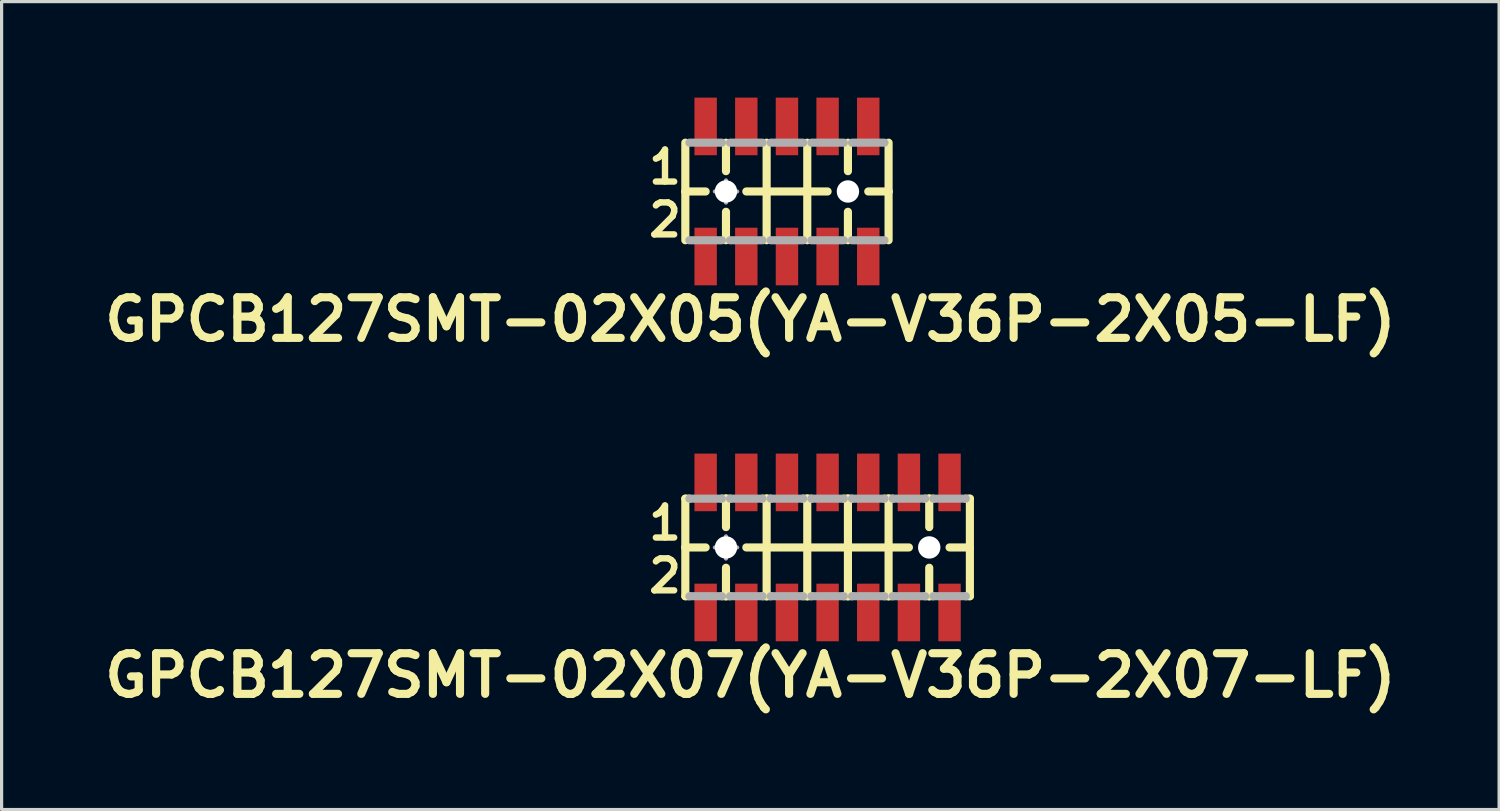
<source format=kicad_pcb>
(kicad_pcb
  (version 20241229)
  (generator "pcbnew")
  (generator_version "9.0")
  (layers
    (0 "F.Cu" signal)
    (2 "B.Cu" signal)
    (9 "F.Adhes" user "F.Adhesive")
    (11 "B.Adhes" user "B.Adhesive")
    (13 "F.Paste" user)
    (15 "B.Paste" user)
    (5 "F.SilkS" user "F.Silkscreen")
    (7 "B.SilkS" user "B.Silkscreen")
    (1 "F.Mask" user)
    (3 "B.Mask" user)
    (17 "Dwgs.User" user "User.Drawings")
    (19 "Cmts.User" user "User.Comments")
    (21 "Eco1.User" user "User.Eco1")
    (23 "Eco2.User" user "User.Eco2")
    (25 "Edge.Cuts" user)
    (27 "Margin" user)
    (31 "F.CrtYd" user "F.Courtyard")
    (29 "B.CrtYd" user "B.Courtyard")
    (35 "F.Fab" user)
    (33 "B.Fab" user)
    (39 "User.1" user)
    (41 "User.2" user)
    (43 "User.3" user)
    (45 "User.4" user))
  (footprint "GPCB127SMT-02X07(YA-V36P-2X07-LF)"
    (layer "F.Cu")
    (at 22.806 14.053)
    (property "Reference" "GPCB127SMT-02X07(YA-V36P-2X07-LF)" (at -2.413 4 0) (layer "F.SilkS") (effects (font (size 1.27 1.27) (thickness 0.254))))
    (attr smd)
    (fp_line (start -4.445 -1.524) (end -4.445 0) (stroke (width 0.254) (type solid)) (layer "F.SilkS"))
    (fp_line (start -4.445 0) (end -4.445 1.524) (stroke (width 0.254) (type solid)) (layer "F.SilkS"))
    (fp_line (start -4.445 0) (end -3.81 0) (stroke (width 0.254) (type solid)) (layer "F.SilkS"))
    (fp_line (start -4.445 1.524) (end -4.318 1.524) (stroke (width 0.254) (type solid)) (layer "F.SilkS"))
    (fp_line (start -4.318 -1.524) (end -4.445 -1.524) (stroke (width 0.254) (type solid)) (layer "F.SilkS"))
    (fp_line (start -3.302 -1.524) (end -3.175 -1.524) (stroke (width 0.254) (type solid)) (layer "F.SilkS"))
    (fp_line (start -3.302 1.524) (end -3.175 1.524) (stroke (width 0.254) (type solid)) (layer "F.SilkS"))
    (fp_line (start -3.175 -1.524) (end -3.048 -1.524) (stroke (width 0.254) (type solid)) (layer "F.SilkS"))
    (fp_line (start -3.175 -0.635) (end -3.175 -1.524) (stroke (width 0.254) (type solid)) (layer "F.SilkS"))
    (fp_line (start -3.175 1.524) (end -3.175 0.635) (stroke (width 0.254) (type solid)) (layer "F.SilkS"))
    (fp_line (start -3.175 1.524) (end -3.048 1.524) (stroke (width 0.254) (type solid)) (layer "F.SilkS"))
    (fp_line (start -2.54 0) (end -1.905 0) (stroke (width 0.254) (type solid)) (layer "F.SilkS"))
    (fp_line (start -2.032 -1.524) (end -1.905 -1.524) (stroke (width 0.254) (type solid)) (layer "F.SilkS"))
    (fp_line (start -2.032 1.524) (end -1.905 1.524) (stroke (width 0.254) (type solid)) (layer "F.SilkS"))
    (fp_line (start -1.905 -1.524) (end -1.778 -1.524) (stroke (width 0.254) (type solid)) (layer "F.SilkS"))
    (fp_line (start -1.905 0) (end -1.905 -1.524) (stroke (width 0.254) (type solid)) (layer "F.SilkS"))
    (fp_line (start -1.905 0) (end -0.635 0) (stroke (width 0.254) (type solid)) (layer "F.SilkS"))
    (fp_line (start -1.905 1.524) (end -1.905 0) (stroke (width 0.254) (type solid)) (layer "F.SilkS"))
    (fp_line (start -1.905 1.524) (end -1.778 1.524) (stroke (width 0.254) (type solid)) (layer "F.SilkS"))
    (fp_line (start -0.762 -1.524) (end -0.635 -1.524) (stroke (width 0.254) (type solid)) (layer "F.SilkS"))
    (fp_line (start -0.762 1.524) (end -0.635 1.524) (stroke (width 0.254) (type solid)) (layer "F.SilkS"))
    (fp_line (start -0.635 -1.524) (end -0.508 -1.524) (stroke (width 0.254) (type solid)) (layer "F.SilkS"))
    (fp_line (start -0.635 0) (end -0.635 -1.524) (stroke (width 0.254) (type solid)) (layer "F.SilkS"))
    (fp_line (start -0.635 0) (end 0.635 0) (stroke (width 0.254) (type solid)) (layer "F.SilkS"))
    (fp_line (start -0.635 1.524) (end -0.635 0) (stroke (width 0.254) (type solid)) (layer "F.SilkS"))
    (fp_line (start -0.635 1.524) (end -0.508 1.524) (stroke (width 0.254) (type solid)) (layer "F.SilkS"))
    (fp_line (start 0.508 -1.524) (end 0.635 -1.524) (stroke (width 0.254) (type solid)) (layer "F.SilkS"))
    (fp_line (start 0.508 1.524) (end 0.635 1.524) (stroke (width 0.254) (type solid)) (layer "F.SilkS"))
    (fp_line (start 0.635 -1.524) (end 0.762 -1.524) (stroke (width 0.254) (type solid)) (layer "F.SilkS"))
    (fp_line (start 0.635 0) (end 0.635 -1.524) (stroke (width 0.254) (type solid)) (layer "F.SilkS"))
    (fp_line (start 0.635 0) (end 1.905 0) (stroke (width 0.254) (type solid)) (layer "F.SilkS"))
    (fp_line (start 0.635 1.524) (end 0.635 0) (stroke (width 0.254) (type solid)) (layer "F.SilkS"))
    (fp_line (start 0.635 1.524) (end 0.762 1.524) (stroke (width 0.254) (type solid)) (layer "F.SilkS"))
    (fp_line (start 1.778 -1.524) (end 1.905 -1.524) (stroke (width 0.254) (type solid)) (layer "F.SilkS"))
    (fp_line (start 1.778 1.524) (end 1.905 1.524) (stroke (width 0.254) (type solid)) (layer "F.SilkS"))
    (fp_line (start 1.905 -1.524) (end 2.032 -1.524) (stroke (width 0.254) (type solid)) (layer "F.SilkS"))
    (fp_line (start 1.905 0) (end 1.905 -1.524) (stroke (width 0.254) (type solid)) (layer "F.SilkS"))
    (fp_line (start 1.905 0) (end 2.54 0) (stroke (width 0.254) (type solid)) (layer "F.SilkS"))
    (fp_line (start 1.905 1.524) (end 1.905 0) (stroke (width 0.254) (type solid)) (layer "F.SilkS"))
    (fp_line (start 1.905 1.524) (end 2.032 1.524) (stroke (width 0.254) (type solid)) (layer "F.SilkS"))
    (fp_line (start 3.048 -1.524) (end 3.175 -1.524) (stroke (width 0.254) (type solid)) (layer "F.SilkS"))
    (fp_line (start 3.048 1.524) (end 3.175 1.524) (stroke (width 0.254) (type solid)) (layer "F.SilkS"))
    (fp_line (start 3.175 -1.524) (end 3.302 -1.524) (stroke (width 0.254) (type solid)) (layer "F.SilkS"))
    (fp_line (start 3.175 -0.635) (end 3.175 -1.524) (stroke (width 0.254) (type solid)) (layer "F.SilkS"))
    (fp_line (start 3.175 1.524) (end 3.175 0.635) (stroke (width 0.254) (type solid)) (layer "F.SilkS"))
    (fp_line (start 3.175 1.524) (end 3.302 1.524) (stroke (width 0.254) (type solid)) (layer "F.SilkS"))
    (fp_line (start 3.81 0) (end 4.445 0) (stroke (width 0.254) (type solid)) (layer "F.SilkS"))
    (fp_line (start 4.318 -1.524) (end 4.445 -1.524) (stroke (width 0.254) (type solid)) (layer "F.SilkS"))
    (fp_line (start 4.318 1.524) (end 4.445 1.524) (stroke (width 0.254) (type solid)) (layer "F.SilkS"))
    (fp_line (start 4.445 0) (end 4.445 -1.524) (stroke (width 0.254) (type solid)) (layer "F.SilkS"))
    (fp_line (start 4.445 1.524) (end 4.445 0) (stroke (width 0.254) (type solid)) (layer "F.SilkS"))
    (fp_line (start -4.318 -1.524) (end -3.302 -1.524) (stroke (width 0.254) (type solid)) (layer "F.Fab"))
    (fp_line (start -4.318 1.524) (end -3.302 1.524) (stroke (width 0.254) (type solid)) (layer "F.Fab"))
    (fp_line (start -3.523 0) (end -2.824 0) (stroke (width 0.127) (type solid)) (layer "F.Fab"))
    (fp_line (start -3.175 0.348) (end -3.175 -0.348) (stroke (width 0.127) (type solid)) (layer "F.Fab"))
    (fp_line (start -3.048 -1.524) (end -2.032 -1.524) (stroke (width 0.254) (type solid)) (layer "F.Fab"))
    (fp_line (start -3.048 1.524) (end -2.032 1.524) (stroke (width 0.254) (type solid)) (layer "F.Fab"))
    (fp_line (start -1.778 -1.524) (end -0.762 -1.524) (stroke (width 0.254) (type solid)) (layer "F.Fab"))
    (fp_line (start -1.778 1.524) (end -0.762 1.524) (stroke (width 0.254) (type solid)) (layer "F.Fab"))
    (fp_line (start -0.508 -1.524) (end 0.508 -1.524) (stroke (width 0.254) (type solid)) (layer "F.Fab"))
    (fp_line (start -0.508 1.524) (end 0.508 1.524) (stroke (width 0.254) (type solid)) (layer "F.Fab"))
    (fp_line (start 0.762 -1.524) (end 1.778 -1.524) (stroke (width 0.254) (type solid)) (layer "F.Fab"))
    (fp_line (start 0.762 1.524) (end 1.778 1.524) (stroke (width 0.254) (type solid)) (layer "F.Fab"))
    (fp_line (start 2.032 -1.524) (end 3.048 -1.524) (stroke (width 0.254) (type solid)) (layer "F.Fab"))
    (fp_line (start 2.032 1.524) (end 3.048 1.524) (stroke (width 0.254) (type solid)) (layer "F.Fab"))
    (fp_line (start 3.302 -1.524) (end 4.318 -1.524) (stroke (width 0.254) (type solid)) (layer "F.Fab"))
    (fp_line (start 3.302 1.524) (end 4.318 1.524) (stroke (width 0.254) (type solid)) (layer "F.Fab"))
    (fp_circle (center -3.175 0) (end -3.348 0.173) (stroke (width 0.127) (type solid)) (fill no) (layer "F.Fab"))
    (fp_text user "2" (at -5.08 0.889 0) (layer "F.SilkS") (effects (font (size 1 1) (thickness 0.2))))
    (fp_text user "1" (at -5.08 -0.762 0) (layer "F.SilkS") (effects (font (size 1 1) (thickness 0.2))))
    (pad "" np_thru_hole circle (at -3.175 0 90) (size 0.7 0.7) (drill 0.7) (layers "*.Cu" "*.Mask"))
    (pad "" np_thru_hole circle (at 3.175 0 90) (size 0.7 0.7) (drill 0.7) (layers "*.Cu" "*.Mask"))
    (pad "1" smd rect (at -3.81 -2.032 270) (size 1.8 0.7) (layers "F.Cu" "F.Mask" "F.Paste"))
    (pad "2" smd rect (at -3.81 2.032 270) (size 1.8 0.7) (layers "F.Cu" "F.Mask" "F.Paste"))
    (pad "3" smd rect (at -2.54 -2.032 270) (size 1.8 0.7) (layers "F.Cu" "F.Mask" "F.Paste"))
    (pad "4" smd rect (at -2.54 2.032 270) (size 1.8 0.7) (layers "F.Cu" "F.Mask" "F.Paste"))
    (pad "5" smd rect (at -1.27 -2.032 270) (size 1.8 0.7) (layers "F.Cu" "F.Mask" "F.Paste"))
    (pad "6" smd rect (at -1.27 2.032 270) (size 1.8 0.7) (layers "F.Cu" "F.Mask" "F.Paste"))
    (pad "7" smd rect (at 0 -2.032 270) (size 1.8 0.7) (layers "F.Cu" "F.Mask" "F.Paste"))
    (pad "8" smd rect (at 0 2.032 270) (size 1.8 0.7) (layers "F.Cu" "F.Mask" "F.Paste"))
    (pad "9" smd rect (at 1.27 -2.032 270) (size 1.8 0.7) (layers "F.Cu" "F.Mask" "F.Paste"))
    (pad "10" smd rect (at 1.27 2.032 270) (size 1.8 0.7) (layers "F.Cu" "F.Mask" "F.Paste"))
    (pad "11" smd rect (at 2.54 -2.032 270) (size 1.8 0.7) (layers "F.Cu" "F.Mask" "F.Paste"))
    (pad "12" smd rect (at 2.54 2.032 270) (size 1.8 0.7) (layers "F.Cu" "F.Mask" "F.Paste"))
    (pad "13" smd rect (at 3.81 -2.032 90) (size 1.8 0.7) (layers "F.Cu" "F.Mask" "F.Paste"))
    (pad "14" smd rect (at 3.81 2.032 90) (size 1.8 0.7) (layers "F.Cu" "F.Mask" "F.Paste")))
  (footprint "GPCB127SMT-02X05(YA-V36P-2X05-LF)"
    (layer "F.Cu")
    (at 21.536 2.932)
    (property "Reference" "GPCB127SMT-02X05(YA-V36P-2X05-LF)" (at -1.143 4 0) (layer "F.SilkS") (effects (font (size 1.27 1.27) (thickness 0.254))))
    (attr smd)
    (fp_line (start -3.175 -1.524) (end -3.175 0) (stroke (width 0.254) (type solid)) (layer "F.SilkS"))
    (fp_line (start -3.175 0) (end -3.175 1.524) (stroke (width 0.254) (type solid)) (layer "F.SilkS"))
    (fp_line (start -3.175 0) (end -2.54 0) (stroke (width 0.254) (type solid)) (layer "F.SilkS"))
    (fp_line (start -1.905 -0.635) (end -1.905 -1.524) (stroke (width 0.254) (type solid)) (layer "F.SilkS"))
    (fp_line (start -1.905 1.524) (end -1.905 0.635) (stroke (width 0.254) (type solid)) (layer "F.SilkS"))
    (fp_line (start -1.27 0) (end -0.635 0) (stroke (width 0.254) (type solid)) (layer "F.SilkS"))
    (fp_line (start -0.635 0) (end -0.635 -1.524) (stroke (width 0.254) (type solid)) (layer "F.SilkS"))
    (fp_line (start -0.635 0) (end 0.635 0) (stroke (width 0.254) (type solid)) (layer "F.SilkS"))
    (fp_line (start -0.635 1.524) (end -0.635 0) (stroke (width 0.254) (type solid)) (layer "F.SilkS"))
    (fp_line (start 0.635 0) (end 0.635 -1.524) (stroke (width 0.254) (type solid)) (layer "F.SilkS"))
    (fp_line (start 0.635 0) (end 1.27 0) (stroke (width 0.254) (type solid)) (layer "F.SilkS"))
    (fp_line (start 0.635 1.524) (end 0.635 0) (stroke (width 0.254) (type solid)) (layer "F.SilkS"))
    (fp_line (start 1.905 -0.635) (end 1.905 -1.524) (stroke (width 0.254) (type solid)) (layer "F.SilkS"))
    (fp_line (start 1.905 1.524) (end 1.905 0.635) (stroke (width 0.254) (type solid)) (layer "F.SilkS"))
    (fp_line (start 2.54 0) (end 3.175 0) (stroke (width 0.254) (type solid)) (layer "F.SilkS"))
    (fp_line (start 3.175 0) (end 3.175 -1.524) (stroke (width 0.254) (type solid)) (layer "F.SilkS"))
    (fp_line (start 3.175 1.524) (end 3.175 0) (stroke (width 0.254) (type solid)) (layer "F.SilkS"))
    (fp_line (start -3.048 -1.524) (end -2.032 -1.524) (stroke (width 0.254) (type solid)) (layer "F.Fab"))
    (fp_line (start -3.048 1.524) (end -2.032 1.524) (stroke (width 0.254) (type solid)) (layer "F.Fab"))
    (fp_line (start -2.253 0) (end -1.554 0) (stroke (width 0.127) (type solid)) (layer "F.Fab"))
    (fp_line (start -1.905 0.348) (end -1.905 -0.348) (stroke (width 0.127) (type solid)) (layer "F.Fab"))
    (fp_line (start -1.778 -1.524) (end -0.762 -1.524) (stroke (width 0.254) (type solid)) (layer "F.Fab"))
    (fp_line (start -1.778 1.524) (end -0.762 1.524) (stroke (width 0.254) (type solid)) (layer "F.Fab"))
    (fp_line (start -0.508 -1.524) (end 0.508 -1.524) (stroke (width 0.254) (type solid)) (layer "F.Fab"))
    (fp_line (start -0.508 1.524) (end 0.508 1.524) (stroke (width 0.254) (type solid)) (layer "F.Fab"))
    (fp_line (start 0.762 -1.524) (end 1.778 -1.524) (stroke (width 0.254) (type solid)) (layer "F.Fab"))
    (fp_line (start 0.762 1.524) (end 1.778 1.524) (stroke (width 0.254) (type solid)) (layer "F.Fab"))
    (fp_line (start 2.032 -1.524) (end 3.048 -1.524) (stroke (width 0.254) (type solid)) (layer "F.Fab"))
    (fp_line (start 2.032 1.524) (end 3.048 1.524) (stroke (width 0.254) (type solid)) (layer "F.Fab"))
    (fp_circle (center -1.905 0) (end -2.078 0.173) (stroke (width 0.127) (type solid)) (fill no) (layer "F.Fab"))
    (fp_text user "1" (at -3.81 -0.762 0) (layer "F.SilkS") (effects (font (size 1 1) (thickness 0.2))))
    (fp_text user "2" (at -3.81 0.889 0) (layer "F.SilkS") (effects (font (size 1 1) (thickness 0.2))))
    (pad "" np_thru_hole circle (at -1.905 0 90) (size 0.7 0.7) (drill 0.7) (layers "*.Cu" "*.Mask"))
    (pad "" np_thru_hole circle (at 1.905 0 90) (size 0.7 0.7) (drill 0.7) (layers "*.Cu" "*.Mask"))
    (pad "1" smd rect (at -2.54 -2.032 270) (size 1.8 0.7) (layers "F.Cu" "F.Mask" "F.Paste"))
    (pad "2" smd rect (at -2.54 2.032 270) (size 1.8 0.7) (layers "F.Cu" "F.Mask" "F.Paste"))
    (pad "3" smd rect (at -1.27 -2.032 270) (size 1.8 0.7) (layers "F.Cu" "F.Mask" "F.Paste"))
    (pad "4" smd rect (at -1.27 2.032 270) (size 1.8 0.7) (layers "F.Cu" "F.Mask" "F.Paste"))
    (pad "5" smd rect (at 0 -2.032 270) (size 1.8 0.7) (layers "F.Cu" "F.Mask" "F.Paste"))
    (pad "6" smd rect (at 0 2.032 270) (size 1.8 0.7) (layers "F.Cu" "F.Mask" "F.Paste"))
    (pad "7" smd rect (at 1.27 -2.032 270) (size 1.8 0.7) (layers "F.Cu" "F.Mask" "F.Paste"))
    (pad "8" smd rect (at 1.27 2.032 270) (size 1.8 0.7) (layers "F.Cu" "F.Mask" "F.Paste"))
    (pad "9" smd rect (at 2.54 -2.032 270) (size 1.8 0.7) (layers "F.Cu" "F.Mask" "F.Paste"))
    (pad "10" smd rect (at 2.54 2.032 270) (size 1.8 0.7) (layers "F.Cu" "F.Mask" "F.Paste")))
  (gr_rect
    (start -3 -3)
    (end 43.785 22.242)
    (stroke (width 0.1) (type default))
    (fill no)
    (layer "Edge.Cuts")))
</source>
